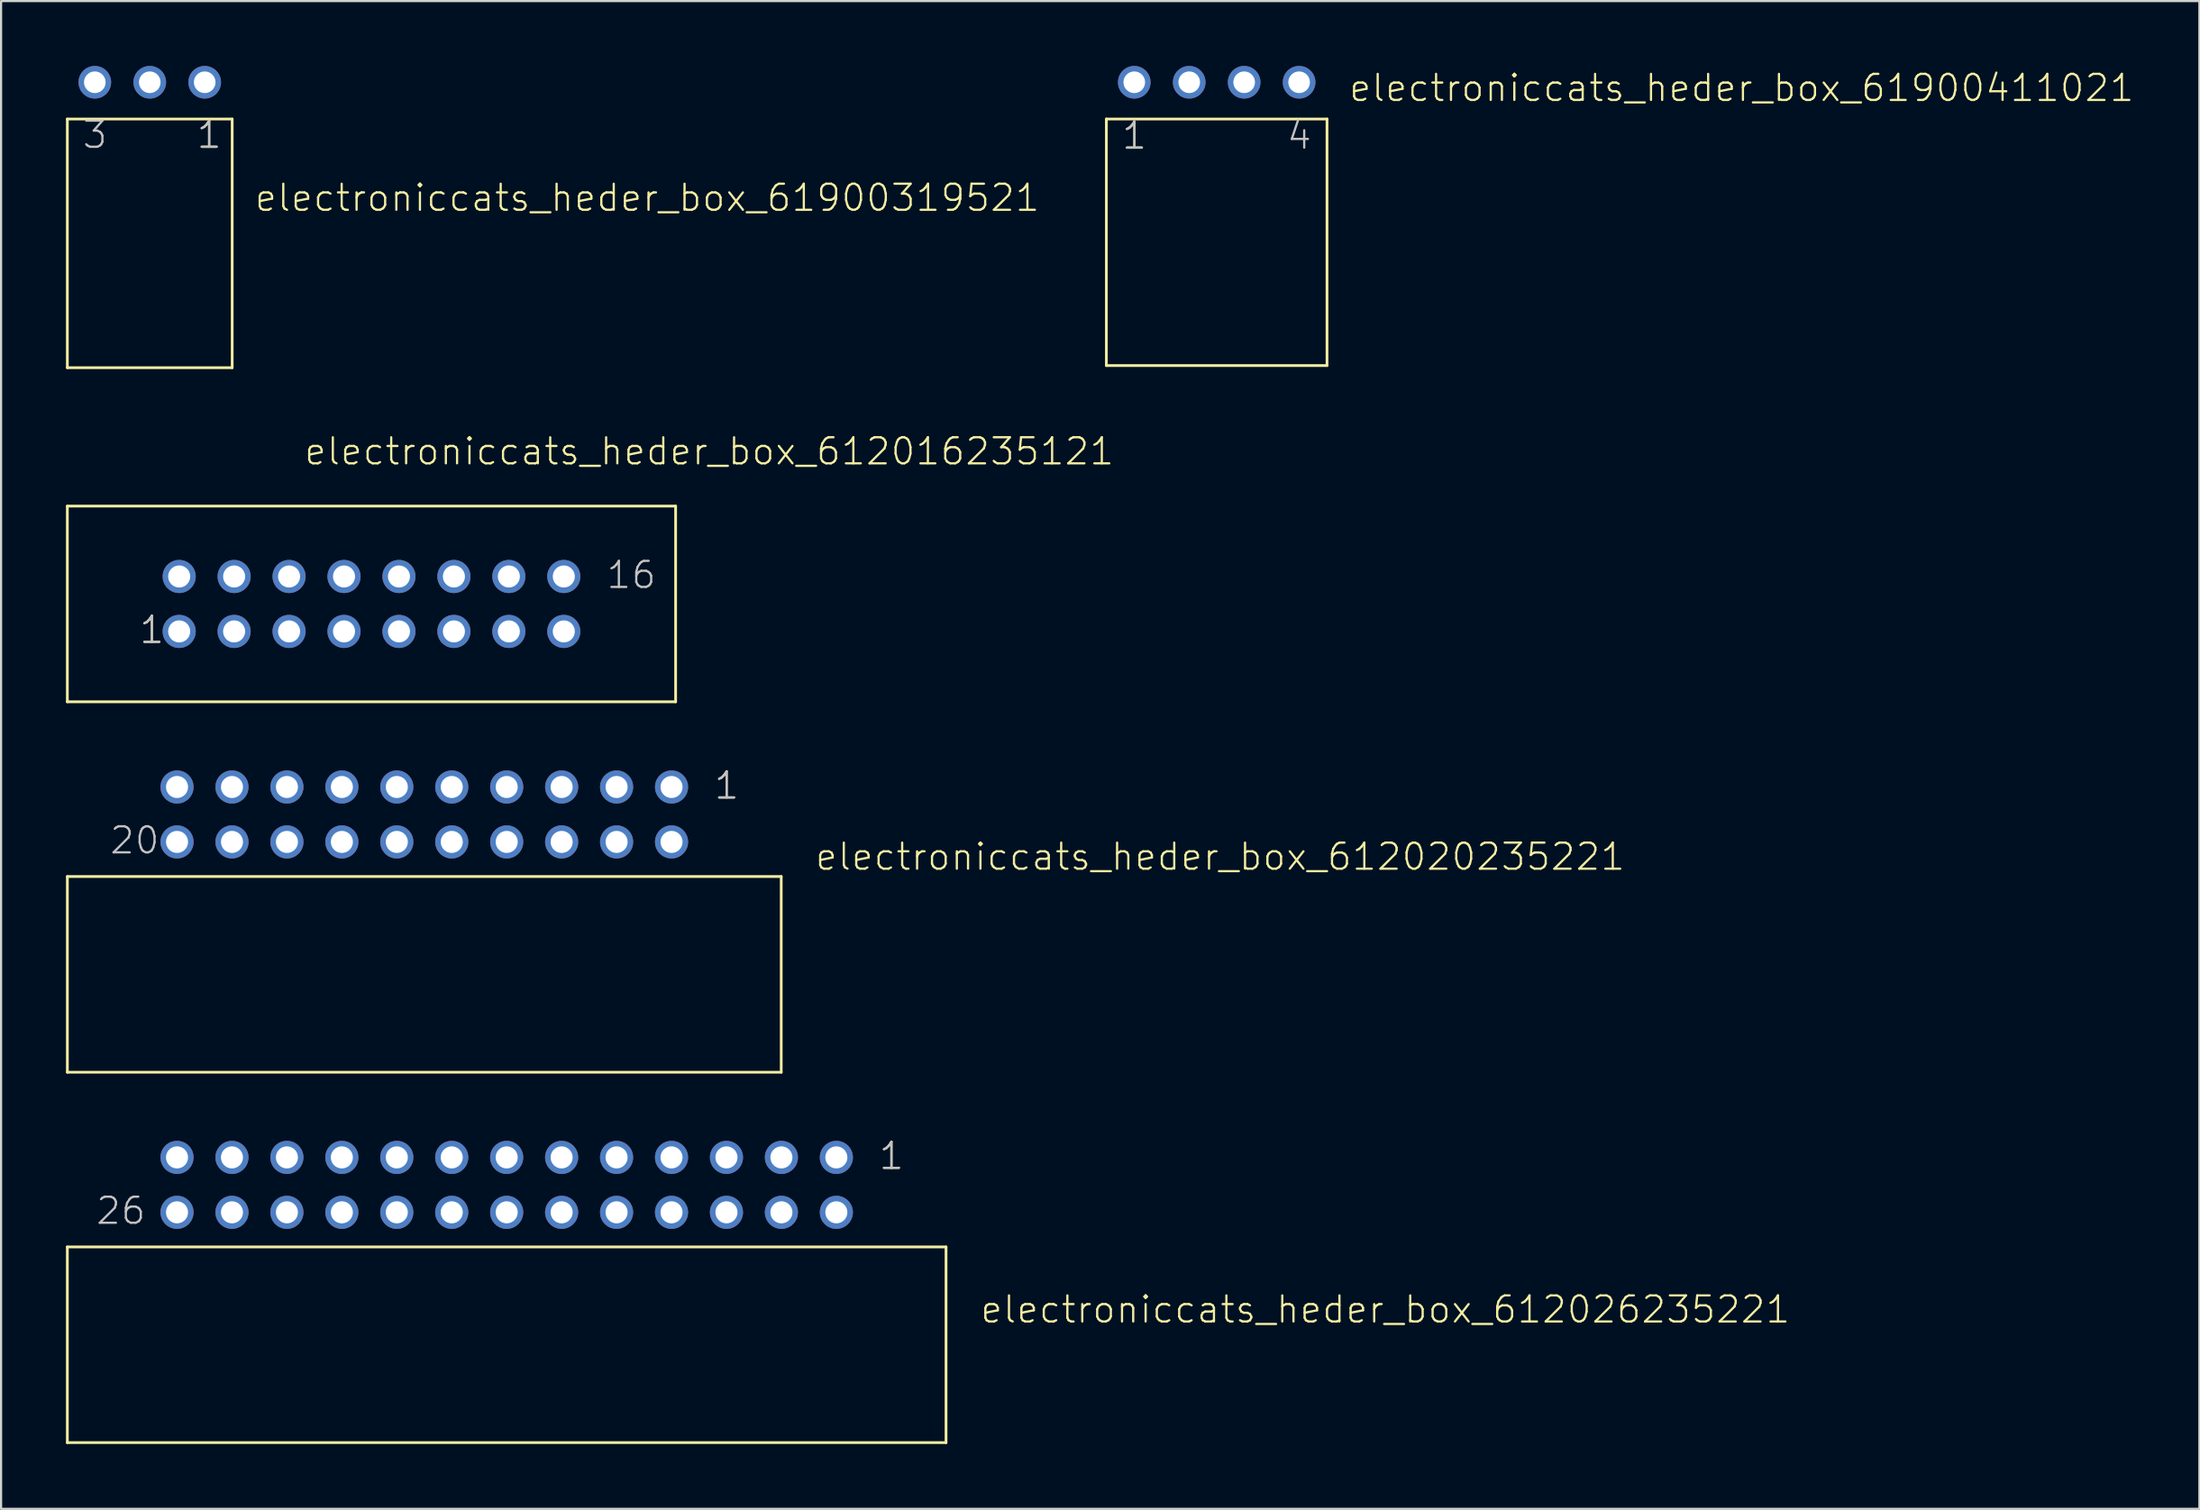
<source format=kicad_pcb>
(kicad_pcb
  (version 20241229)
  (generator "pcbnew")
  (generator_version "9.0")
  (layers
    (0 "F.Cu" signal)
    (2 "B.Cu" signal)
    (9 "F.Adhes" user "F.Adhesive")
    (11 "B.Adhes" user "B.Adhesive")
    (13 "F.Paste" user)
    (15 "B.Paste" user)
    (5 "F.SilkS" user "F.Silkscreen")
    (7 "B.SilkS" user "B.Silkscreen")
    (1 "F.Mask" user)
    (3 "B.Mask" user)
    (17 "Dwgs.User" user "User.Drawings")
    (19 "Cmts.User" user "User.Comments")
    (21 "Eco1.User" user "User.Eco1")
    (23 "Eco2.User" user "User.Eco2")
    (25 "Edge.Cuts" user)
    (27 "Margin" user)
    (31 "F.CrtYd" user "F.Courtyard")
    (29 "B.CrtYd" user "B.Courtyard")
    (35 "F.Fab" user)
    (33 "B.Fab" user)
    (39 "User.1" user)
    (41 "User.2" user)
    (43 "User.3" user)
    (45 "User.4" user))
  (footprint "electroniccats_heder_box_612020235221"
    (layer "F.Cu")
    (at 16.564 34.614)
    (property "Reference" "electroniccats_heder_box_612020235221" (at 18.005 2.66 0) (layer "F.SilkS") (effects (font (size 1.206 1.206) (thickness 0.102)) (justify left bottom)))
    (attr through_hole)
    (fp_line (start -16.5 2.87) (end 16.5 2.87) (stroke (width 0.127) (type solid)) (layer "F.SilkS"))
    (fp_line (start -16.5 11.92) (end -16.5 2.87) (stroke (width 0.127) (type solid)) (layer "F.SilkS"))
    (fp_line (start 16.5 2.87) (end 16.5 11.92) (stroke (width 0.127) (type solid)) (layer "F.SilkS"))
    (fp_line (start 16.5 11.92) (end -16.5 11.92) (stroke (width 0.127) (type solid)) (layer "F.SilkS"))
    (fp_text user "1" (at 13.335 -0.635 0) (layer "F.SilkS") (effects (font (size 1.206 1.206) (thickness 0.102)) (justify left bottom)))
    (fp_text user "1" (at 13.335 -0.635 0) (layer "Dwgs.User") (effects (font (size 1.206 1.206) (thickness 0.102)) (justify left bottom)))
    (fp_text user "20" (at -14.605 1.905 0) (layer "Dwgs.User") (effects (font (size 1.206 1.206) (thickness 0.102)) (justify left bottom)))
    (pad "1" thru_hole circle (at 11.43 -1.27 180) (size 1.53 1.53) (drill 1.02) (layers "*.Cu" "*.Mask"))
    (pad "2" thru_hole circle (at 11.43 1.27 180) (size 1.53 1.53) (drill 1.02) (layers "*.Cu" "*.Mask"))
    (pad "3" thru_hole circle (at 8.89 -1.27 180) (size 1.53 1.53) (drill 1.02) (layers "*.Cu" "*.Mask"))
    (pad "4" thru_hole circle (at 8.89 1.27 180) (size 1.53 1.53) (drill 1.02) (layers "*.Cu" "*.Mask"))
    (pad "5" thru_hole circle (at 6.35 -1.27 180) (size 1.53 1.53) (drill 1.02) (layers "*.Cu" "*.Mask"))
    (pad "6" thru_hole circle (at 6.35 1.27 180) (size 1.53 1.53) (drill 1.02) (layers "*.Cu" "*.Mask"))
    (pad "7" thru_hole circle (at 3.81 -1.27 180) (size 1.53 1.53) (drill 1.02) (layers "*.Cu" "*.Mask"))
    (pad "8" thru_hole circle (at 3.81 1.27 180) (size 1.53 1.53) (drill 1.02) (layers "*.Cu" "*.Mask"))
    (pad "9" thru_hole circle (at 1.27 -1.27 180) (size 1.53 1.53) (drill 1.02) (layers "*.Cu" "*.Mask"))
    (pad "10" thru_hole circle (at 1.27 1.27 180) (size 1.53 1.53) (drill 1.02) (layers "*.Cu" "*.Mask"))
    (pad "11" thru_hole circle (at -1.27 -1.27 180) (size 1.53 1.53) (drill 1.02) (layers "*.Cu" "*.Mask"))
    (pad "12" thru_hole circle (at -1.27 1.27 180) (size 1.53 1.53) (drill 1.02) (layers "*.Cu" "*.Mask"))
    (pad "13" thru_hole circle (at -3.81 -1.27 180) (size 1.53 1.53) (drill 1.02) (layers "*.Cu" "*.Mask"))
    (pad "14" thru_hole circle (at -3.81 1.27 180) (size 1.53 1.53) (drill 1.02) (layers "*.Cu" "*.Mask"))
    (pad "15" thru_hole circle (at -6.35 -1.27 180) (size 1.53 1.53) (drill 1.02) (layers "*.Cu" "*.Mask"))
    (pad "16" thru_hole circle (at -6.35 1.27 180) (size 1.53 1.53) (drill 1.02) (layers "*.Cu" "*.Mask"))
    (pad "17" thru_hole circle (at -8.89 -1.27 180) (size 1.53 1.53) (drill 1.02) (layers "*.Cu" "*.Mask"))
    (pad "18" thru_hole circle (at -8.89 1.27 180) (size 1.53 1.53) (drill 1.02) (layers "*.Cu" "*.Mask"))
    (pad "19" thru_hole circle (at -11.43 -1.27 180) (size 1.53 1.53) (drill 1.02) (layers "*.Cu" "*.Mask"))
    (pad "20" thru_hole circle (at -11.43 1.27 180) (size 1.53 1.53) (drill 1.02) (layers "*.Cu" "*.Mask")))
  (footprint "electroniccats_heder_box_612026235221"
    (layer "F.Cu")
    (at 20.373 51.743)
    (property "Reference" "electroniccats_heder_box_612026235221" (at 21.832 6.47 0) (layer "F.SilkS") (effects (font (size 1.206 1.206) (thickness 0.102)) (justify left bottom)))
    (attr through_hole)
    (fp_line (start -20.31 2.87) (end 20.31 2.87) (stroke (width 0.127) (type solid)) (layer "F.SilkS"))
    (fp_line (start -20.31 11.92) (end -20.31 2.87) (stroke (width 0.127) (type solid)) (layer "F.SilkS"))
    (fp_line (start 20.31 2.87) (end 20.31 11.92) (stroke (width 0.127) (type solid)) (layer "F.SilkS"))
    (fp_line (start 20.31 11.92) (end -20.31 11.92) (stroke (width 0.127) (type solid)) (layer "F.SilkS"))
    (fp_text user "1" (at 17.145 -0.635 0) (layer "F.SilkS") (effects (font (size 1.206 1.206) (thickness 0.102)) (justify left bottom)))
    (fp_text user "1" (at 17.145 -0.635 0) (layer "Dwgs.User") (effects (font (size 1.206 1.206) (thickness 0.102)) (justify left bottom)))
    (fp_text user "26" (at -19.05 1.905 0) (layer "Dwgs.User") (effects (font (size 1.206 1.206) (thickness 0.102)) (justify left bottom)))
    (pad "1" thru_hole circle (at 15.24 -1.27 180) (size 1.53 1.53) (drill 1.02) (layers "*.Cu" "*.Mask"))
    (pad "2" thru_hole circle (at 15.24 1.27 180) (size 1.53 1.53) (drill 1.02) (layers "*.Cu" "*.Mask"))
    (pad "3" thru_hole circle (at 12.7 -1.27 180) (size 1.53 1.53) (drill 1.02) (layers "*.Cu" "*.Mask"))
    (pad "4" thru_hole circle (at 12.7 1.27 180) (size 1.53 1.53) (drill 1.02) (layers "*.Cu" "*.Mask"))
    (pad "5" thru_hole circle (at 10.16 -1.27 180) (size 1.53 1.53) (drill 1.02) (layers "*.Cu" "*.Mask"))
    (pad "6" thru_hole circle (at 10.16 1.27 180) (size 1.53 1.53) (drill 1.02) (layers "*.Cu" "*.Mask"))
    (pad "7" thru_hole circle (at 7.62 -1.27 180) (size 1.53 1.53) (drill 1.02) (layers "*.Cu" "*.Mask"))
    (pad "8" thru_hole circle (at 7.62 1.27 180) (size 1.53 1.53) (drill 1.02) (layers "*.Cu" "*.Mask"))
    (pad "9" thru_hole circle (at 5.08 -1.27 180) (size 1.53 1.53) (drill 1.02) (layers "*.Cu" "*.Mask"))
    (pad "10" thru_hole circle (at 5.08 1.27 180) (size 1.53 1.53) (drill 1.02) (layers "*.Cu" "*.Mask"))
    (pad "11" thru_hole circle (at 2.54 -1.27 180) (size 1.53 1.53) (drill 1.02) (layers "*.Cu" "*.Mask"))
    (pad "12" thru_hole circle (at 2.54 1.27 180) (size 1.53 1.53) (drill 1.02) (layers "*.Cu" "*.Mask"))
    (pad "13" thru_hole circle (at 0 -1.27 180) (size 1.53 1.53) (drill 1.02) (layers "*.Cu" "*.Mask"))
    (pad "14" thru_hole circle (at 0 1.27 180) (size 1.53 1.53) (drill 1.02) (layers "*.Cu" "*.Mask"))
    (pad "15" thru_hole circle (at -2.54 -1.27 180) (size 1.53 1.53) (drill 1.02) (layers "*.Cu" "*.Mask"))
    (pad "16" thru_hole circle (at -2.54 1.27 180) (size 1.53 1.53) (drill 1.02) (layers "*.Cu" "*.Mask"))
    (pad "17" thru_hole circle (at -5.08 -1.27 180) (size 1.53 1.53) (drill 1.02) (layers "*.Cu" "*.Mask"))
    (pad "18" thru_hole circle (at -5.08 1.27 180) (size 1.53 1.53) (drill 1.02) (layers "*.Cu" "*.Mask"))
    (pad "19" thru_hole circle (at -7.62 -1.27 180) (size 1.53 1.53) (drill 1.02) (layers "*.Cu" "*.Mask"))
    (pad "20" thru_hole circle (at -7.62 1.27 180) (size 1.53 1.53) (drill 1.02) (layers "*.Cu" "*.Mask"))
    (pad "21" thru_hole circle (at -10.16 -1.27 180) (size 1.53 1.53) (drill 1.02) (layers "*.Cu" "*.Mask"))
    (pad "22" thru_hole circle (at -10.16 1.27 180) (size 1.53 1.53) (drill 1.02) (layers "*.Cu" "*.Mask"))
    (pad "23" thru_hole circle (at -12.7 -1.27 180) (size 1.53 1.53) (drill 1.02) (layers "*.Cu" "*.Mask"))
    (pad "24" thru_hole circle (at -12.7 1.27 180) (size 1.53 1.53) (drill 1.02) (layers "*.Cu" "*.Mask"))
    (pad "25" thru_hole circle (at -15.24 -1.27 180) (size 1.53 1.53) (drill 1.02) (layers "*.Cu" "*.Mask"))
    (pad "26" thru_hole circle (at -15.24 1.27 180) (size 1.53 1.53) (drill 1.02) (layers "*.Cu" "*.Mask")))
  (footprint "electroniccats_heder_box_61900411021"
    (layer "F.Cu")
    (at 53.195 0.754)
    (property "Reference" "electroniccats_heder_box_61900411021" (at 6.055 0.97 0) (layer "F.SilkS") (effects (font (size 1.206 1.206) (thickness 0.102)) (justify left bottom)))
    (attr through_hole)
    (fp_line (start -5.1 1.7) (end 5.1 1.7) (stroke (width 0.127) (type solid)) (layer "F.SilkS"))
    (fp_line (start -5.1 13.1) (end -5.1 1.7) (stroke (width 0.127) (type solid)) (layer "F.SilkS"))
    (fp_line (start 5.1 1.7) (end 5.1 13.1) (stroke (width 0.127) (type solid)) (layer "F.SilkS"))
    (fp_line (start 5.1 13.1) (end -5.1 13.1) (stroke (width 0.127) (type solid)) (layer "F.SilkS"))
    (fp_text user "1" (at -4.445 3.175 0) (layer "F.SilkS") (effects (font (size 1.206 1.206) (thickness 0.102)) (justify left bottom)))
    (fp_text user "4" (at 3.175 3.175 0) (layer "Dwgs.User") (effects (font (size 1.206 1.206) (thickness 0.102)) (justify left bottom)))
    (fp_text user "1" (at -4.445 3.175 0) (layer "Dwgs.User") (effects (font (size 1.206 1.206) (thickness 0.102)) (justify left bottom)))
    (pad "1" thru_hole circle (at -3.81 0 180) (size 1.508 1.508) (drill 1) (layers "*.Cu" "*.Mask"))
    (pad "2" thru_hole circle (at -1.27 0 180) (size 1.508 1.508) (drill 1) (layers "*.Cu" "*.Mask"))
    (pad "3" thru_hole circle (at 1.27 0 180) (size 1.508 1.508) (drill 1) (layers "*.Cu" "*.Mask"))
    (pad "4" thru_hole circle (at 3.81 0 180) (size 1.508 1.508) (drill 1) (layers "*.Cu" "*.Mask")))
  (footprint "electroniccats_heder_box_61900319521"
    (layer "F.Cu")
    (at 3.873 0.754)
    (property "Reference" "electroniccats_heder_box_61900319521" (at 4.785 6.05 0) (layer "F.SilkS") (effects (font (size 1.206 1.206) (thickness 0.102)) (justify left bottom)))
    (attr through_hole)
    (fp_line (start -3.81 1.7) (end 3.81 1.7) (stroke (width 0.127) (type solid)) (layer "F.SilkS"))
    (fp_line (start -3.81 13.2) (end -3.81 1.7) (stroke (width 0.127) (type solid)) (layer "F.SilkS"))
    (fp_line (start 3.81 1.7) (end 3.81 13.2) (stroke (width 0.127) (type solid)) (layer "F.SilkS"))
    (fp_line (start 3.81 13.2) (end -3.81 13.2) (stroke (width 0.127) (type solid)) (layer "F.SilkS"))
    (fp_text user "1" (at 2.105 3.135 0) (layer "F.SilkS") (effects (font (size 1.206 1.206) (thickness 0.102)) (justify left bottom)))
    (fp_text user "3" (at -3.175 3.135 0) (layer "Dwgs.User") (effects (font (size 1.206 1.206) (thickness 0.102)) (justify left bottom)))
    (fp_text user "1" (at 2.105 3.135 0) (layer "Dwgs.User") (effects (font (size 1.206 1.206) (thickness 0.102)) (justify left bottom)))
    (pad "1" thru_hole circle (at 2.54 0) (size 1.508 1.508) (drill 1) (layers "*.Cu" "*.Mask"))
    (pad "2" thru_hole circle (at 0 0) (size 1.508 1.508) (drill 1) (layers "*.Cu" "*.Mask"))
    (pad "3" thru_hole circle (at -2.54 0) (size 1.508 1.508) (drill 1) (layers "*.Cu" "*.Mask")))
  (footprint "electroniccats_heder_box_612016235121"
    (layer "F.Cu")
    (at 14.123 24.879)
    (property "Reference" "electroniccats_heder_box_612016235121" (at -3.175 -6.35 0) (layer "F.SilkS") (effects (font (size 1.206 1.206) (thickness 0.102)) (justify left bottom)))
    (attr through_hole)
    (fp_line (start -14.06 -4.525) (end 14.06 -4.525) (stroke (width 0.127) (type solid)) (layer "F.SilkS"))
    (fp_line (start -14.06 4.525) (end -14.06 -4.525) (stroke (width 0.127) (type solid)) (layer "F.SilkS"))
    (fp_line (start 14.06 -4.525) (end 14.06 4.525) (stroke (width 0.127) (type solid)) (layer "F.SilkS"))
    (fp_line (start 14.06 4.525) (end -14.06 4.525) (stroke (width 0.127) (type solid)) (layer "F.SilkS"))
    (fp_text user "1" (at -10.795 1.905 0) (layer "F.SilkS") (effects (font (size 1.206 1.206) (thickness 0.102)) (justify left bottom)))
    (fp_text user "16" (at 10.795 -0.635 0) (layer "Dwgs.User") (effects (font (size 1.206 1.206) (thickness 0.102)) (justify left bottom)))
    (fp_text user "1" (at -10.795 1.905 0) (layer "Dwgs.User") (effects (font (size 1.206 1.206) (thickness 0.102)) (justify left bottom)))
    (pad "1" thru_hole circle (at -8.89 1.27) (size 1.53 1.53) (drill 1.02) (layers "*.Cu" "*.Mask"))
    (pad "2" thru_hole circle (at -8.89 -1.27) (size 1.53 1.53) (drill 1.02) (layers "*.Cu" "*.Mask"))
    (pad "3" thru_hole circle (at -6.35 1.27) (size 1.53 1.53) (drill 1.02) (layers "*.Cu" "*.Mask"))
    (pad "4" thru_hole circle (at -6.35 -1.27) (size 1.53 1.53) (drill 1.02) (layers "*.Cu" "*.Mask"))
    (pad "5" thru_hole circle (at -3.81 1.27) (size 1.53 1.53) (drill 1.02) (layers "*.Cu" "*.Mask"))
    (pad "6" thru_hole circle (at -3.81 -1.27) (size 1.53 1.53) (drill 1.02) (layers "*.Cu" "*.Mask"))
    (pad "7" thru_hole circle (at -1.27 1.27) (size 1.53 1.53) (drill 1.02) (layers "*.Cu" "*.Mask"))
    (pad "8" thru_hole circle (at -1.27 -1.27) (size 1.53 1.53) (drill 1.02) (layers "*.Cu" "*.Mask"))
    (pad "9" thru_hole circle (at 1.27 1.27) (size 1.53 1.53) (drill 1.02) (layers "*.Cu" "*.Mask"))
    (pad "10" thru_hole circle (at 1.27 -1.27) (size 1.53 1.53) (drill 1.02) (layers "*.Cu" "*.Mask"))
    (pad "11" thru_hole circle (at 3.81 1.27) (size 1.53 1.53) (drill 1.02) (layers "*.Cu" "*.Mask"))
    (pad "12" thru_hole circle (at 3.81 -1.27) (size 1.53 1.53) (drill 1.02) (layers "*.Cu" "*.Mask"))
    (pad "13" thru_hole circle (at 6.35 1.27) (size 1.53 1.53) (drill 1.02) (layers "*.Cu" "*.Mask"))
    (pad "14" thru_hole circle (at 6.35 -1.27) (size 1.53 1.53) (drill 1.02) (layers "*.Cu" "*.Mask"))
    (pad "15" thru_hole circle (at 8.89 1.27) (size 1.53 1.53) (drill 1.02) (layers "*.Cu" "*.Mask"))
    (pad "16" thru_hole circle (at 8.89 -1.27) (size 1.53 1.53) (drill 1.02) (layers "*.Cu" "*.Mask")))
  (gr_rect
    (start -3 -3)
    (end 98.624 66.727)
    (stroke (width 0.1) (type default))
    (fill no)
    (layer "Edge.Cuts")))
</source>
